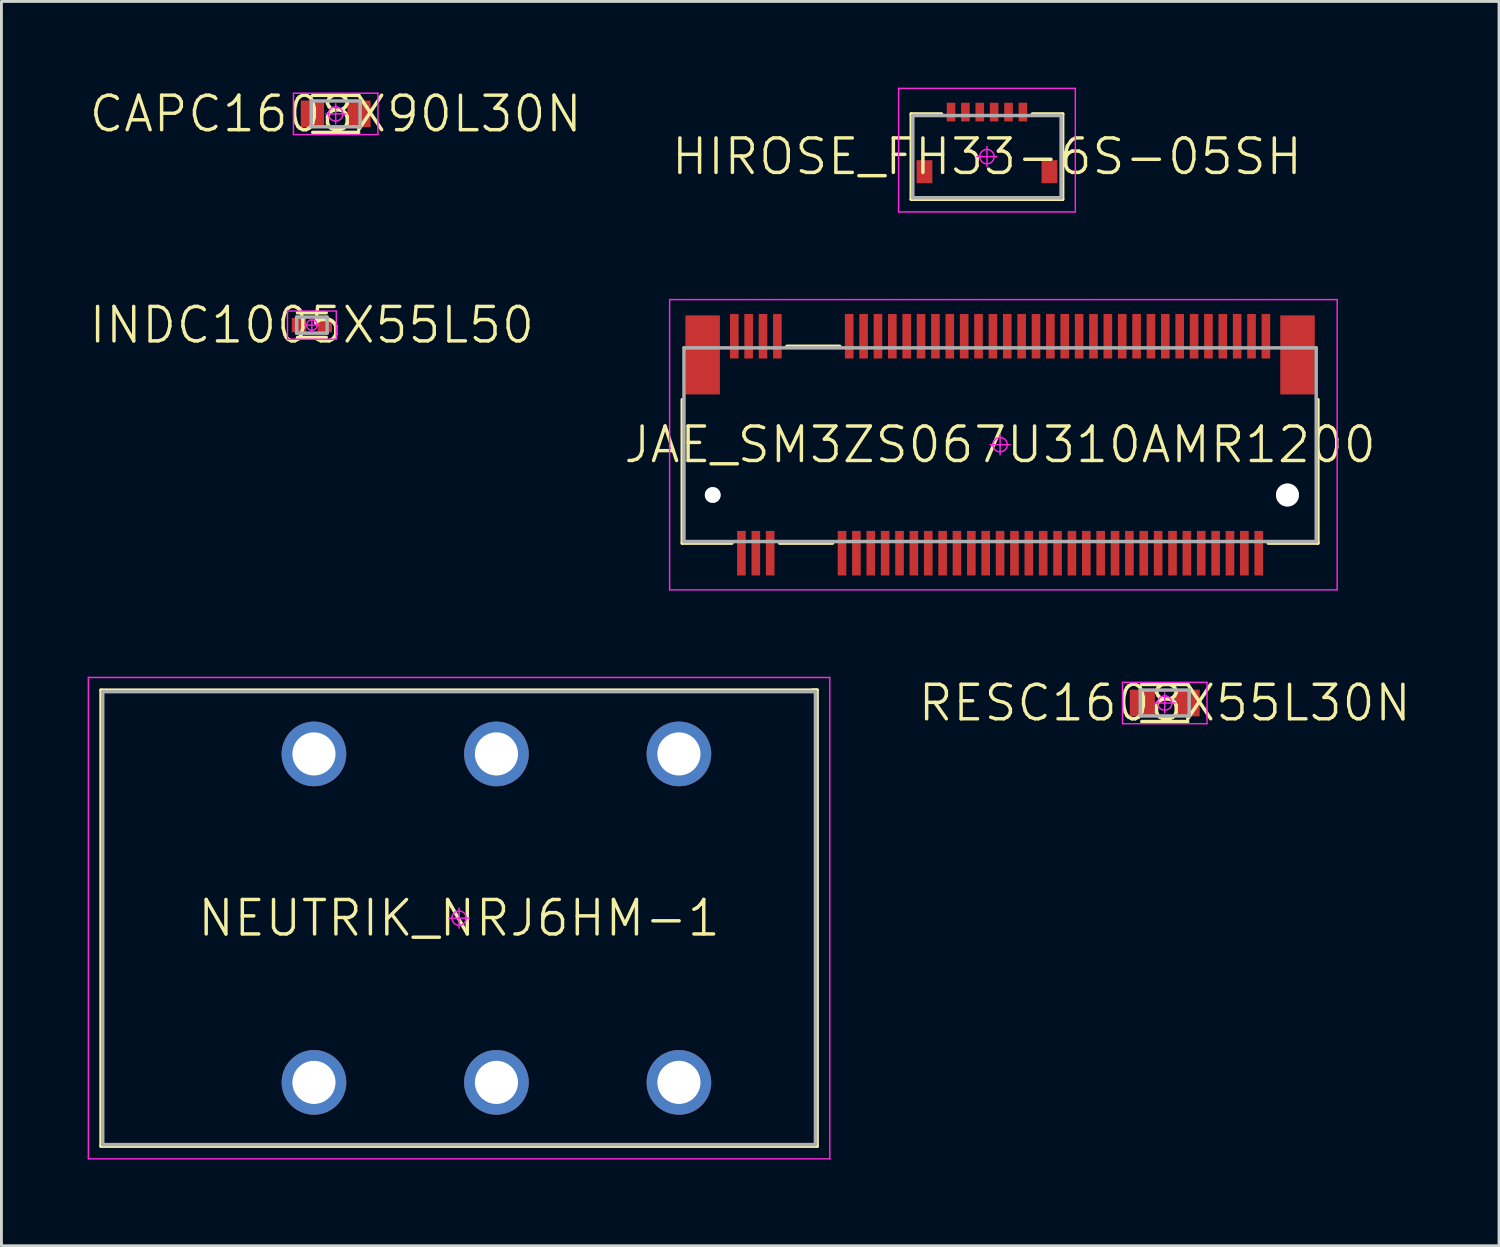
<source format=kicad_pcb>
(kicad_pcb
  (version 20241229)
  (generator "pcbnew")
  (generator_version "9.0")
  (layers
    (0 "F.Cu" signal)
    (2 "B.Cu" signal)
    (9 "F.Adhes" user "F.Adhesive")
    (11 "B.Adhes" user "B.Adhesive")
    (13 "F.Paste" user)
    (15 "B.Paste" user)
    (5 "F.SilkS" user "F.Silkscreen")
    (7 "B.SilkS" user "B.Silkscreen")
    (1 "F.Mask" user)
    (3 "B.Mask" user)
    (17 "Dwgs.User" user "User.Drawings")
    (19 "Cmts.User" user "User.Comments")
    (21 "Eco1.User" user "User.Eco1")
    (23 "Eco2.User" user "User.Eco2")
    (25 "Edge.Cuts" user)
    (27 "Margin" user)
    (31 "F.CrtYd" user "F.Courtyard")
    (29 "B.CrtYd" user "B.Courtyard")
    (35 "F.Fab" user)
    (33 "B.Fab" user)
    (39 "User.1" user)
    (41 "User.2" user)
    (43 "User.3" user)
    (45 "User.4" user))
  (footprint "HIROSE_FH33-6S-05SH"
    (layer "F.Cu")
    (at 31.294 2.4)
    (property "Reference" "HIROSE_FH33-6S-05SH" (at 0 0 0) (layer "F.SilkS") (effects (font (size 1.2 1.2) (thickness 0.12))))
    (attr smd)
    (fp_line (start -2.635 -1.485) (end -1.58 -1.485) (stroke (width 0.12) (type solid)) (layer "F.SilkS"))
    (fp_line (start -2.635 1.485) (end -2.635 -1.485) (stroke (width 0.12) (type solid)) (layer "F.SilkS"))
    (fp_line (start 1.58 -1.485) (end 2.635 -1.485) (stroke (width 0.12) (type solid)) (layer "F.SilkS"))
    (fp_line (start 2.635 -1.485) (end 2.635 1.485) (stroke (width 0.12) (type solid)) (layer "F.SilkS"))
    (fp_line (start 2.635 1.485) (end -2.635 1.485) (stroke (width 0.12) (type solid)) (layer "F.SilkS"))
    (fp_line (start -3.075 -2.375) (end 3.075 -2.375) (stroke (width 0.05) (type solid)) (layer "F.CrtYd"))
    (fp_line (start -3.075 1.925) (end -3.075 -2.375) (stroke (width 0.05) (type solid)) (layer "F.CrtYd"))
    (fp_line (start 0 -0.35) (end 0 0.35) (stroke (width 0.05) (type solid)) (layer "F.CrtYd"))
    (fp_line (start 0.35 0) (end -0.35 0) (stroke (width 0.05) (type solid)) (layer "F.CrtYd"))
    (fp_line (start 3.075 -2.375) (end 3.075 1.925) (stroke (width 0.05) (type solid)) (layer "F.CrtYd"))
    (fp_line (start 3.075 1.925) (end -3.075 1.925) (stroke (width 0.05) (type solid)) (layer "F.CrtYd"))
    (fp_circle (center 0 0) (end 0 0.25) (stroke (width 0.05) (type solid)) (fill no) (layer "F.CrtYd"))
    (fp_line (start -2.58 -1.43) (end 2.58 -1.43) (stroke (width 0.12) (type solid)) (layer "F.Fab"))
    (fp_line (start -2.58 1.43) (end -2.58 -1.43) (stroke (width 0.12) (type solid)) (layer "F.Fab"))
    (fp_line (start 2.58 -1.43) (end 2.58 1.43) (stroke (width 0.12) (type solid)) (layer "F.Fab"))
    (fp_line (start 2.58 1.43) (end -2.58 1.43) (stroke (width 0.12) (type solid)) (layer "F.Fab"))
    (pad "1" smd rect (at -1.25 -1.55) (size 0.3 0.65) (layers "F.Cu" "F.Mask" "F.Paste"))
    (pad "2" smd rect (at -0.75 -1.55) (size 0.3 0.65) (layers "F.Cu" "F.Mask" "F.Paste"))
    (pad "3" smd rect (at -0.25 -1.55) (size 0.3 0.65) (layers "F.Cu" "F.Mask" "F.Paste"))
    (pad "4" smd rect (at 0.25 -1.55) (size 0.3 0.65) (layers "F.Cu" "F.Mask" "F.Paste"))
    (pad "5" smd rect (at 0.75 -1.55) (size 0.3 0.65) (layers "F.Cu" "F.Mask" "F.Paste"))
    (pad "6" smd rect (at 1.25 -1.55) (size 0.3 0.65) (layers "F.Cu" "F.Mask" "F.Paste"))
    (pad "7" smd rect (at -2.175 0.525) (size 0.55 0.8) (layers "F.Cu" "F.Mask" "F.Paste"))
    (pad "8" smd rect (at 2.175 0.525) (size 0.55 0.8) (layers "F.Cu" "F.Mask" "F.Paste")))
  (footprint "JAE_SM3ZS067U310AMR1200"
    (layer "F.Cu")
    (at 31.751 12.425)
    (property "Reference" "JAE_SM3ZS067U310AMR1200" (at 0 0 0) (layer "F.SilkS") (effects (font (size 1.2 1.2) (thickness 0.12))))
    (attr through_hole)
    (fp_line (start -11.06 3.425) (end -11.06 -1.57) (stroke (width 0.12) (type solid)) (layer "F.SilkS"))
    (fp_line (start -9.33 3.425) (end -11.06 3.425) (stroke (width 0.12) (type solid)) (layer "F.SilkS"))
    (fp_line (start -7.67 3.425) (end -5.83 3.425) (stroke (width 0.12) (type solid)) (layer "F.SilkS"))
    (fp_line (start -7.42 -3.425) (end -5.58 -3.425) (stroke (width 0.12) (type solid)) (layer "F.SilkS"))
    (fp_line (start 11.06 -1.57) (end 11.06 3.425) (stroke (width 0.12) (type solid)) (layer "F.SilkS"))
    (fp_line (start 11.06 3.425) (end 9.33 3.425) (stroke (width 0.12) (type solid)) (layer "F.SilkS"))
    (fp_line (start -11.5 -5.05) (end 11.73 -5.05) (stroke (width 0.05) (type solid)) (layer "F.CrtYd"))
    (fp_line (start -11.5 5.05) (end -11.5 -5.05) (stroke (width 0.05) (type solid)) (layer "F.CrtYd"))
    (fp_line (start 0 -0.35) (end 0 0.35) (stroke (width 0.05) (type solid)) (layer "F.CrtYd"))
    (fp_line (start 0.35 0) (end -0.35 0) (stroke (width 0.05) (type solid)) (layer "F.CrtYd"))
    (fp_line (start 11.73 -5.05) (end 11.73 5.05) (stroke (width 0.05) (type solid)) (layer "F.CrtYd"))
    (fp_line (start 11.73 5.05) (end -11.5 5.05) (stroke (width 0.05) (type solid)) (layer "F.CrtYd"))
    (fp_circle (center 0 0) (end 0 0.25) (stroke (width 0.05) (type solid)) (fill no) (layer "F.CrtYd"))
    (fp_line (start -11 -3.37) (end 11 -3.37) (stroke (width 0.12) (type solid)) (layer "F.Fab"))
    (fp_line (start -11 3.37) (end -11 -3.37) (stroke (width 0.12) (type solid)) (layer "F.Fab"))
    (fp_line (start 11 -3.37) (end 11 3.37) (stroke (width 0.12) (type solid)) (layer "F.Fab"))
    (fp_line (start 11 3.37) (end -11 3.37) (stroke (width 0.12) (type solid)) (layer "F.Fab"))
    (pad "1" smd rect (at -9.25 -3.775) (size 0.3 1.55) (layers "F.Cu" "F.Mask" "F.Paste"))
    (pad "2" smd rect (at -9 3.775) (size 0.3 1.55) (layers "F.Cu" "F.Mask" "F.Paste"))
    (pad "3" smd rect (at -8.75 -3.775) (size 0.3 1.55) (layers "F.Cu" "F.Mask" "F.Paste"))
    (pad "4" smd rect (at -8.5 3.775) (size 0.3 1.55) (layers "F.Cu" "F.Mask" "F.Paste"))
    (pad "5" smd rect (at -8.25 -3.775) (size 0.3 1.55) (layers "F.Cu" "F.Mask" "F.Paste"))
    (pad "6" smd rect (at -8 3.775) (size 0.3 1.55) (layers "F.Cu" "F.Mask" "F.Paste"))
    (pad "7" smd rect (at -7.75 -3.775) (size 0.3 1.55) (layers "F.Cu" "F.Mask" "F.Paste"))
    (pad "16" smd rect (at -5.5 3.775) (size 0.3 1.55) (layers "F.Cu" "F.Mask" "F.Paste"))
    (pad "17" smd rect (at -5.25 -3.775) (size 0.3 1.55) (layers "F.Cu" "F.Mask" "F.Paste"))
    (pad "18" smd rect (at -5 3.775) (size 0.3 1.55) (layers "F.Cu" "F.Mask" "F.Paste"))
    (pad "19" smd rect (at -4.75 -3.775) (size 0.3 1.55) (layers "F.Cu" "F.Mask" "F.Paste"))
    (pad "20" smd rect (at -4.5 3.775) (size 0.3 1.55) (layers "F.Cu" "F.Mask" "F.Paste"))
    (pad "21" smd rect (at -4.25 -3.775) (size 0.3 1.55) (layers "F.Cu" "F.Mask" "F.Paste"))
    (pad "22" smd rect (at -4 3.775) (size 0.3 1.55) (layers "F.Cu" "F.Mask" "F.Paste"))
    (pad "23" smd rect (at -3.75 -3.775) (size 0.3 1.55) (layers "F.Cu" "F.Mask" "F.Paste"))
    (pad "24" smd rect (at -3.5 3.775) (size 0.3 1.55) (layers "F.Cu" "F.Mask" "F.Paste"))
    (pad "25" smd rect (at -3.25 -3.775) (size 0.3 1.55) (layers "F.Cu" "F.Mask" "F.Paste"))
    (pad "26" smd rect (at -3 3.775) (size 0.3 1.55) (layers "F.Cu" "F.Mask" "F.Paste"))
    (pad "27" smd rect (at -2.75 -3.775) (size 0.3 1.55) (layers "F.Cu" "F.Mask" "F.Paste"))
    (pad "28" smd rect (at -2.5 3.775) (size 0.3 1.55) (layers "F.Cu" "F.Mask" "F.Paste"))
    (pad "29" smd rect (at -2.25 -3.775) (size 0.3 1.55) (layers "F.Cu" "F.Mask" "F.Paste"))
    (pad "30" smd rect (at -2 3.775) (size 0.3 1.55) (layers "F.Cu" "F.Mask" "F.Paste"))
    (pad "31" smd rect (at -1.75 -3.775) (size 0.3 1.55) (layers "F.Cu" "F.Mask" "F.Paste"))
    (pad "32" smd rect (at -1.5 3.775) (size 0.3 1.55) (layers "F.Cu" "F.Mask" "F.Paste"))
    (pad "33" smd rect (at -1.25 -3.775) (size 0.3 1.55) (layers "F.Cu" "F.Mask" "F.Paste"))
    (pad "34" smd rect (at -1 3.775) (size 0.3 1.55) (layers "F.Cu" "F.Mask" "F.Paste"))
    (pad "35" smd rect (at -0.75 -3.775) (size 0.3 1.55) (layers "F.Cu" "F.Mask" "F.Paste"))
    (pad "36" smd rect (at -0.5 3.775) (size 0.3 1.55) (layers "F.Cu" "F.Mask" "F.Paste"))
    (pad "37" smd rect (at -0.25 -3.775) (size 0.3 1.55) (layers "F.Cu" "F.Mask" "F.Paste"))
    (pad "38" smd rect (at 0 3.775) (size 0.3 1.55) (layers "F.Cu" "F.Mask" "F.Paste"))
    (pad "39" smd rect (at 0.25 -3.775) (size 0.3 1.55) (layers "F.Cu" "F.Mask" "F.Paste"))
    (pad "40" smd rect (at 0.5 3.775) (size 0.3 1.55) (layers "F.Cu" "F.Mask" "F.Paste"))
    (pad "41" smd rect (at 0.75 -3.775) (size 0.3 1.55) (layers "F.Cu" "F.Mask" "F.Paste"))
    (pad "42" smd rect (at 1 3.775) (size 0.3 1.55) (layers "F.Cu" "F.Mask" "F.Paste"))
    (pad "43" smd rect (at 1.25 -3.775) (size 0.3 1.55) (layers "F.Cu" "F.Mask" "F.Paste"))
    (pad "44" smd rect (at 1.5 3.775) (size 0.3 1.55) (layers "F.Cu" "F.Mask" "F.Paste"))
    (pad "45" smd rect (at 1.75 -3.775) (size 0.3 1.55) (layers "F.Cu" "F.Mask" "F.Paste"))
    (pad "46" smd rect (at 2 3.775) (size 0.3 1.55) (layers "F.Cu" "F.Mask" "F.Paste"))
    (pad "47" smd rect (at 2.25 -3.775) (size 0.3 1.55) (layers "F.Cu" "F.Mask" "F.Paste"))
    (pad "48" smd rect (at 2.5 3.775) (size 0.3 1.55) (layers "F.Cu" "F.Mask" "F.Paste"))
    (pad "49" smd rect (at 2.75 -3.775) (size 0.3 1.55) (layers "F.Cu" "F.Mask" "F.Paste"))
    (pad "50" smd rect (at 3 3.775) (size 0.3 1.55) (layers "F.Cu" "F.Mask" "F.Paste"))
    (pad "51" smd rect (at 3.25 -3.775) (size 0.3 1.55) (layers "F.Cu" "F.Mask" "F.Paste"))
    (pad "52" smd rect (at 3.5 3.775) (size 0.3 1.55) (layers "F.Cu" "F.Mask" "F.Paste"))
    (pad "53" smd rect (at 3.75 -3.775) (size 0.3 1.55) (layers "F.Cu" "F.Mask" "F.Paste"))
    (pad "54" smd rect (at 4 3.775) (size 0.3 1.55) (layers "F.Cu" "F.Mask" "F.Paste"))
    (pad "55" smd rect (at 4.25 -3.775) (size 0.3 1.55) (layers "F.Cu" "F.Mask" "F.Paste"))
    (pad "56" smd rect (at 4.5 3.775) (size 0.3 1.55) (layers "F.Cu" "F.Mask" "F.Paste"))
    (pad "57" smd rect (at 4.75 -3.775) (size 0.3 1.55) (layers "F.Cu" "F.Mask" "F.Paste"))
    (pad "58" smd rect (at 5 3.775) (size 0.3 1.55) (layers "F.Cu" "F.Mask" "F.Paste"))
    (pad "59" smd rect (at 5.25 -3.775) (size 0.3 1.55) (layers "F.Cu" "F.Mask" "F.Paste"))
    (pad "60" smd rect (at 5.5 3.775) (size 0.3 1.55) (layers "F.Cu" "F.Mask" "F.Paste"))
    (pad "61" smd rect (at 5.75 -3.775) (size 0.3 1.55) (layers "F.Cu" "F.Mask" "F.Paste"))
    (pad "62" smd rect (at 6 3.775) (size 0.3 1.55) (layers "F.Cu" "F.Mask" "F.Paste"))
    (pad "63" smd rect (at 6.25 -3.775) (size 0.3 1.55) (layers "F.Cu" "F.Mask" "F.Paste"))
    (pad "64" smd rect (at 6.5 3.775) (size 0.3 1.55) (layers "F.Cu" "F.Mask" "F.Paste"))
    (pad "65" smd rect (at 6.75 -3.775) (size 0.3 1.55) (layers "F.Cu" "F.Mask" "F.Paste"))
    (pad "66" smd rect (at 7 3.775) (size 0.3 1.55) (layers "F.Cu" "F.Mask" "F.Paste"))
    (pad "67" smd rect (at 7.25 -3.775) (size 0.3 1.55) (layers "F.Cu" "F.Mask" "F.Paste"))
    (pad "68" smd rect (at 7.5 3.775) (size 0.3 1.55) (layers "F.Cu" "F.Mask" "F.Paste"))
    (pad "69" smd rect (at 7.75 -3.775) (size 0.3 1.55) (layers "F.Cu" "F.Mask" "F.Paste"))
    (pad "70" smd rect (at 8 3.775) (size 0.3 1.55) (layers "F.Cu" "F.Mask" "F.Paste"))
    (pad "71" smd rect (at 8.25 -3.775) (size 0.3 1.55) (layers "F.Cu" "F.Mask" "F.Paste"))
    (pad "72" smd rect (at 8.5 3.775) (size 0.3 1.55) (layers "F.Cu" "F.Mask" "F.Paste"))
    (pad "73" smd rect (at 8.75 -3.775) (size 0.3 1.55) (layers "F.Cu" "F.Mask" "F.Paste"))
    (pad "74" smd rect (at 9 3.775) (size 0.3 1.55) (layers "F.Cu" "F.Mask" "F.Paste"))
    (pad "75" smd rect (at 9.25 -3.775) (size 0.3 1.55) (layers "F.Cu" "F.Mask" "F.Paste"))
    (pad "77" thru_hole circle (at -10 1.75) (size 0.55 0.55) (drill 1.1) (layers "*.Cu" "*.Mask"))
    (pad "78" thru_hole circle (at 10 1.75) (size 0.8 0.8) (drill 1.6) (layers "*.Cu" "*.Mask"))
    (pad "79" smd rect (at -10.35 -3.125) (size 1.2 2.75) (layers "F.Cu" "F.Mask" "F.Paste"))
    (pad "80" smd rect (at 10.35 -3.125) (size 1.2 2.75) (layers "F.Cu" "F.Mask" "F.Paste")))
  (footprint "INDC1005X55L50"
    (layer "F.Cu")
    (at 7.803 8.263)
    (property "Reference" "INDC1005X55L50" (at 0 0 0) (layer "F.SilkS") (effects (font (size 1.2 1.2) (thickness 0.12))))
    (attr smd)
    (fp_line (start 0.5 -0.43) (end -0.5 -0.43) (stroke (width 0.12) (type solid)) (layer "F.SilkS"))
    (fp_line (start 0.5 0.43) (end -0.5 0.43) (stroke (width 0.12) (type solid)) (layer "F.SilkS"))
    (fp_line (start -0.85 -0.49) (end 0.85 -0.49) (stroke (width 0.05) (type solid)) (layer "F.CrtYd"))
    (fp_line (start -0.85 0.49) (end -0.85 -0.49) (stroke (width 0.05) (type solid)) (layer "F.CrtYd"))
    (fp_line (start 0 -0.245) (end 0 0.245) (stroke (width 0.05) (type solid)) (layer "F.CrtYd"))
    (fp_line (start 0.245 0) (end -0.245 0) (stroke (width 0.05) (type solid)) (layer "F.CrtYd"))
    (fp_line (start 0.85 -0.49) (end 0.85 0.49) (stroke (width 0.05) (type solid)) (layer "F.CrtYd"))
    (fp_line (start 0.85 0.49) (end -0.85 0.49) (stroke (width 0.05) (type solid)) (layer "F.CrtYd"))
    (fp_circle (center 0 0) (end 0 0.184) (stroke (width 0.05) (type solid)) (fill no) (layer "F.CrtYd"))
    (fp_line (start -0.53 -0.28) (end 0.53 -0.28) (stroke (width 0.12) (type solid)) (layer "F.Fab"))
    (fp_line (start -0.53 0.28) (end -0.53 -0.28) (stroke (width 0.12) (type solid)) (layer "F.Fab"))
    (fp_line (start 0.53 -0.28) (end 0.53 0.28) (stroke (width 0.12) (type solid)) (layer "F.Fab"))
    (fp_line (start 0.53 0.28) (end -0.53 0.28) (stroke (width 0.12) (type solid)) (layer "F.Fab"))
    (pad "1" smd rect (at -0.45 0) (size 0.5 0.5) (layers "F.Cu" "F.Mask" "F.Paste"))
    (pad "2" smd rect (at 0.45 0) (size 0.5 0.5) (layers "F.Cu" "F.Mask" "F.Paste")))
  (footprint "NEUTRIK_NRJ6HM-1"
    (layer "F.Cu")
    (at 12.925 28.9)
    (property "Reference" "NEUTRIK_NRJ6HM-1" (at 0 0 0) (layer "F.SilkS") (effects (font (size 1.2 1.2) (thickness 0.12))))
    (attr through_hole)
    (fp_line (start -12.46 -7.935) (end 12.46 -7.935) (stroke (width 0.12) (type solid)) (layer "F.SilkS"))
    (fp_line (start -12.46 7.935) (end -12.46 -7.935) (stroke (width 0.12) (type solid)) (layer "F.SilkS"))
    (fp_line (start 12.31 -7.935) (end 12.43 -7.935) (stroke (width 0.12) (type solid)) (layer "F.SilkS"))
    (fp_line (start 12.46 -7.935) (end 12.46 7.935) (stroke (width 0.12) (type solid)) (layer "F.SilkS"))
    (fp_line (start 12.46 7.935) (end -12.46 7.935) (stroke (width 0.12) (type solid)) (layer "F.SilkS"))
    (fp_line (start -12.9 -8.375) (end 12.9 -8.375) (stroke (width 0.05) (type solid)) (layer "F.CrtYd"))
    (fp_line (start -12.9 8.375) (end -12.9 -8.375) (stroke (width 0.05) (type solid)) (layer "F.CrtYd"))
    (fp_line (start 0 -0.35) (end 0 0.35) (stroke (width 0.05) (type solid)) (layer "F.CrtYd"))
    (fp_line (start 0.35 0) (end -0.35 0) (stroke (width 0.05) (type solid)) (layer "F.CrtYd"))
    (fp_line (start 12.9 -8.375) (end 12.9 8.375) (stroke (width 0.05) (type solid)) (layer "F.CrtYd"))
    (fp_line (start 12.9 8.375) (end -12.9 8.375) (stroke (width 0.05) (type solid)) (layer "F.CrtYd"))
    (fp_circle (center 0 0) (end 0 0.25) (stroke (width 0.05) (type solid)) (fill no) (layer "F.CrtYd"))
    (fp_line (start -12.4 -7.88) (end 12.4 -7.88) (stroke (width 0.12) (type solid)) (layer "F.Fab"))
    (fp_line (start -12.4 7.88) (end -12.4 -7.88) (stroke (width 0.12) (type solid)) (layer "F.Fab"))
    (fp_line (start 12.4 -7.88) (end 12.4 7.88) (stroke (width 0.12) (type solid)) (layer "F.Fab"))
    (fp_line (start 12.4 7.88) (end -12.4 7.88) (stroke (width 0.12) (type solid)) (layer "F.Fab"))
    (pad "R" thru_hole circle (at 1.3 -5.715) (size 2.25 2.25) (drill 1.5) (layers "*.Cu" "*.Mask"))
    (pad "RN" thru_hole circle (at 1.3 5.715) (size 2.25 2.25) (drill 1.5) (layers "*.Cu" "*.Mask"))
    (pad "S" thru_hole circle (at 7.65 -5.715) (size 2.25 2.25) (drill 1.5) (layers "*.Cu" "*.Mask"))
    (pad "SN" thru_hole circle (at 7.65 5.715) (size 2.25 2.25) (drill 1.5) (layers "*.Cu" "*.Mask"))
    (pad "T" thru_hole circle (at -5.05 -5.715) (size 2.25 2.25) (drill 1.5) (layers "*.Cu" "*.Mask"))
    (pad "TN" thru_hole circle (at -5.05 5.715) (size 2.25 2.25) (drill 1.5) (layers "*.Cu" "*.Mask")))
  (footprint "RESC1608X55L30N"
    (layer "F.Cu")
    (at 37.481 21.413)
    (property "Reference" "RESC1608X55L30N" (at 0 0 0) (layer "F.SilkS") (effects (font (size 1.2 1.2) (thickness 0.12))))
    (attr smd)
    (fp_line (start 0.8 -0.645) (end -0.8 -0.645) (stroke (width 0.12) (type solid)) (layer "F.SilkS"))
    (fp_line (start 0.8 0.645) (end -0.8 0.645) (stroke (width 0.12) (type solid)) (layer "F.SilkS"))
    (fp_line (start -1.47 -0.72) (end 1.47 -0.72) (stroke (width 0.05) (type solid)) (layer "F.CrtYd"))
    (fp_line (start -1.47 0.72) (end -1.47 -0.72) (stroke (width 0.05) (type solid)) (layer "F.CrtYd"))
    (fp_line (start 0 -0.35) (end 0 0.35) (stroke (width 0.05) (type solid)) (layer "F.CrtYd"))
    (fp_line (start 0.35 0) (end -0.35 0) (stroke (width 0.05) (type solid)) (layer "F.CrtYd"))
    (fp_line (start 1.47 -0.72) (end 1.47 0.72) (stroke (width 0.05) (type solid)) (layer "F.CrtYd"))
    (fp_line (start 1.47 0.72) (end -1.47 0.72) (stroke (width 0.05) (type solid)) (layer "F.CrtYd"))
    (fp_circle (center 0 0) (end 0 0.25) (stroke (width 0.05) (type solid)) (fill no) (layer "F.CrtYd"))
    (fp_line (start -0.85 -0.45) (end 0.85 -0.45) (stroke (width 0.12) (type solid)) (layer "F.Fab"))
    (fp_line (start -0.85 0.45) (end -0.85 -0.45) (stroke (width 0.12) (type solid)) (layer "F.Fab"))
    (fp_line (start 0.85 -0.45) (end 0.85 0.45) (stroke (width 0.12) (type solid)) (layer "F.Fab"))
    (fp_line (start 0.85 0.45) (end -0.85 0.45) (stroke (width 0.12) (type solid)) (layer "F.Fab"))
    (pad "1" smd rect (at -0.78 0) (size 0.87 0.93) (layers "F.Cu" "F.Mask" "F.Paste"))
    (pad "2" smd rect (at 0.78 0) (size 0.87 0.93) (layers "F.Cu" "F.Mask" "F.Paste")))
  (footprint "CAPC1608X90L30N"
    (layer "F.Cu")
    (at 8.631 0.913)
    (property "Reference" "CAPC1608X90L30N" (at 0 0 0) (layer "F.SilkS") (effects (font (size 1.2 1.2) (thickness 0.12))))
    (attr smd)
    (fp_line (start 0.8 -0.645) (end -0.8 -0.645) (stroke (width 0.12) (type solid)) (layer "F.SilkS"))
    (fp_line (start 0.8 0.645) (end -0.8 0.645) (stroke (width 0.12) (type solid)) (layer "F.SilkS"))
    (fp_line (start -1.47 -0.72) (end 1.47 -0.72) (stroke (width 0.05) (type solid)) (layer "F.CrtYd"))
    (fp_line (start -1.47 0.72) (end -1.47 -0.72) (stroke (width 0.05) (type solid)) (layer "F.CrtYd"))
    (fp_line (start 0 -0.35) (end 0 0.35) (stroke (width 0.05) (type solid)) (layer "F.CrtYd"))
    (fp_line (start 0.35 0) (end -0.35 0) (stroke (width 0.05) (type solid)) (layer "F.CrtYd"))
    (fp_line (start 1.47 -0.72) (end 1.47 0.72) (stroke (width 0.05) (type solid)) (layer "F.CrtYd"))
    (fp_line (start 1.47 0.72) (end -1.47 0.72) (stroke (width 0.05) (type solid)) (layer "F.CrtYd"))
    (fp_circle (center 0 0) (end 0 0.25) (stroke (width 0.05) (type solid)) (fill no) (layer "F.CrtYd"))
    (fp_line (start -0.85 -0.45) (end 0.85 -0.45) (stroke (width 0.12) (type solid)) (layer "F.Fab"))
    (fp_line (start -0.85 0.45) (end -0.85 -0.45) (stroke (width 0.12) (type solid)) (layer "F.Fab"))
    (fp_line (start 0.85 -0.45) (end 0.85 0.45) (stroke (width 0.12) (type solid)) (layer "F.Fab"))
    (fp_line (start 0.85 0.45) (end -0.85 0.45) (stroke (width 0.12) (type solid)) (layer "F.Fab"))
    (pad "1" smd rect (at -0.81 0) (size 0.81 0.93) (layers "F.Cu" "F.Mask" "F.Paste"))
    (pad "2" smd rect (at 0.81 0) (size 0.81 0.93) (layers "F.Cu" "F.Mask" "F.Paste")))
  (gr_rect
    (start -3 -3)
    (end 49.113 40.3)
    (stroke (width 0.1) (type default))
    (fill no)
    (layer "Edge.Cuts")))
</source>
